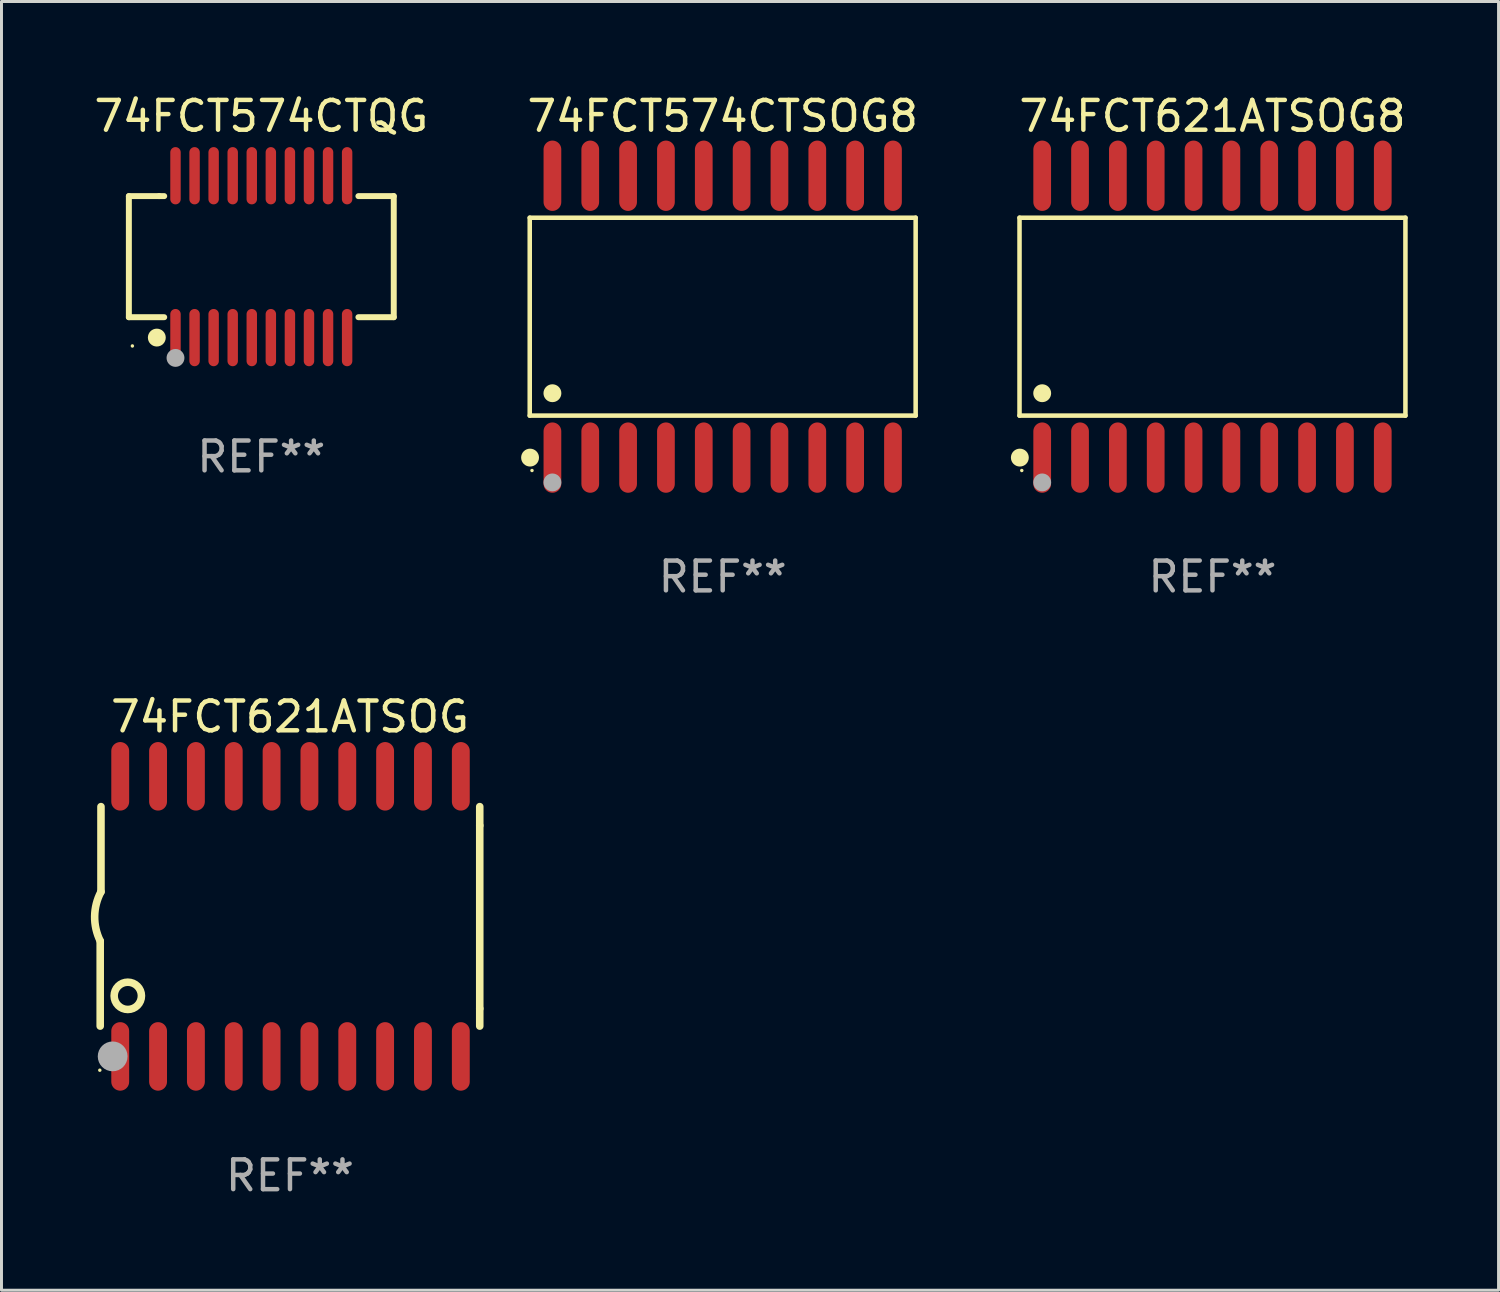
<source format=kicad_pcb>
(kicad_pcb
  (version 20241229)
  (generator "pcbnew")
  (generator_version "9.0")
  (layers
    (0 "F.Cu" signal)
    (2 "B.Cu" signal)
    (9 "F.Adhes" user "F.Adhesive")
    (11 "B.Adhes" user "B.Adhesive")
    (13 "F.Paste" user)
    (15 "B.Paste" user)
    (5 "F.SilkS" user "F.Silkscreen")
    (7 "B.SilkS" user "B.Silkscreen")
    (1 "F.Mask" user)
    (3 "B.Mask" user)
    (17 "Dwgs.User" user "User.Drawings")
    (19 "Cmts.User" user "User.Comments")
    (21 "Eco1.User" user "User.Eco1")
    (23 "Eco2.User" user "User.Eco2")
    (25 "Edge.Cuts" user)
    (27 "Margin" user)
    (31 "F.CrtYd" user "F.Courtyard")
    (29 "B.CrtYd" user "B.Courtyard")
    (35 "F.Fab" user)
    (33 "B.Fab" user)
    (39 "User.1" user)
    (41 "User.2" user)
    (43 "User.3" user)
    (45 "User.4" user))
  (footprint "74FCT621ATSOG8"
    (layer "F.Cu")
    (at 37.643 7.578)
    (property "Reference" "74FCT621ATSOG8" (at 0 -6.73 0) (layer "F.SilkS") (effects (font (size 1 1) (thickness 0.15))))
    (attr through_hole)
    (fp_line (start -6.476 -3.321) (end 6.476 -3.321) (stroke (width 0.152) (type solid)) (layer "F.SilkS"))
    (fp_line (start -6.476 3.321) (end -6.476 -3.321) (stroke (width 0.152) (type solid)) (layer "F.SilkS"))
    (fp_line (start 6.476 -3.321) (end 6.476 3.321) (stroke (width 0.152) (type solid)) (layer "F.SilkS"))
    (fp_line (start 6.476 3.321) (end -6.476 3.321) (stroke (width 0.152) (type solid)) (layer "F.SilkS"))
    (fp_circle (center -6.465 4.73) (end -6.315 4.73) (stroke (width 0.3) (type solid)) (fill no) (layer "F.SilkS"))
    (fp_circle (center -6.4 5.163) (end -6.37 5.163) (stroke (width 0.06) (type solid)) (fill no) (layer "F.SilkS"))
    (fp_circle (center -5.715 2.569) (end -5.565 2.569) (stroke (width 0.3) (type solid)) (fill no) (layer "F.SilkS"))
    (fp_circle (center -5.715 5.563) (end -5.565 5.563) (stroke (width 0.3) (type solid)) (fill no) (layer "F.Fab"))
    (fp_text user "REF**" (at 0 8.73 0) (layer "F.Fab") (effects (font (size 1 1) (thickness 0.15))))
    (pad "1" smd oval (at -5.715 4.73) (size 0.595 2.36) (layers "F.Cu" "F.Mask" "F.Paste"))
    (pad "2" smd oval (at -4.445 4.73) (size 0.595 2.36) (layers "F.Cu" "F.Mask" "F.Paste"))
    (pad "3" smd oval (at -3.175 4.73) (size 0.595 2.36) (layers "F.Cu" "F.Mask" "F.Paste"))
    (pad "4" smd oval (at -1.905 4.73) (size 0.595 2.36) (layers "F.Cu" "F.Mask" "F.Paste"))
    (pad "5" smd oval (at -0.635 4.73) (size 0.595 2.36) (layers "F.Cu" "F.Mask" "F.Paste"))
    (pad "6" smd oval (at 0.635 4.73) (size 0.595 2.36) (layers "F.Cu" "F.Mask" "F.Paste"))
    (pad "7" smd oval (at 1.905 4.73) (size 0.595 2.36) (layers "F.Cu" "F.Mask" "F.Paste"))
    (pad "8" smd oval (at 3.175 4.73) (size 0.595 2.36) (layers "F.Cu" "F.Mask" "F.Paste"))
    (pad "9" smd oval (at 4.445 4.73) (size 0.595 2.36) (layers "F.Cu" "F.Mask" "F.Paste"))
    (pad "10" smd oval (at 5.715 4.73) (size 0.595 2.36) (layers "F.Cu" "F.Mask" "F.Paste"))
    (pad "11" smd oval (at 5.715 -4.73) (size 0.595 2.36) (layers "F.Cu" "F.Mask" "F.Paste"))
    (pad "12" smd oval (at 4.445 -4.73) (size 0.595 2.36) (layers "F.Cu" "F.Mask" "F.Paste"))
    (pad "13" smd oval (at 3.175 -4.73) (size 0.595 2.36) (layers "F.Cu" "F.Mask" "F.Paste"))
    (pad "14" smd oval (at 1.905 -4.73) (size 0.595 2.36) (layers "F.Cu" "F.Mask" "F.Paste"))
    (pad "15" smd oval (at 0.635 -4.73) (size 0.595 2.36) (layers "F.Cu" "F.Mask" "F.Paste"))
    (pad "16" smd oval (at -0.635 -4.73) (size 0.595 2.36) (layers "F.Cu" "F.Mask" "F.Paste"))
    (pad "17" smd oval (at -1.905 -4.73) (size 0.595 2.36) (layers "F.Cu" "F.Mask" "F.Paste"))
    (pad "18" smd oval (at -3.175 -4.73) (size 0.595 2.36) (layers "F.Cu" "F.Mask" "F.Paste"))
    (pad "19" smd oval (at -4.445 -4.73) (size 0.595 2.36) (layers "F.Cu" "F.Mask" "F.Paste"))
    (pad "20" smd oval (at -5.715 -4.73) (size 0.595 2.36) (layers "F.Cu" "F.Mask" "F.Paste")))
  (footprint "74FCT574CTQG"
    (layer "F.Cu")
    (at 5.72 5.564)
    (property "Reference" "74FCT574CTQG" (at 0 -4.716 0) (layer "F.SilkS") (effects (font (size 1 1) (thickness 0.15))))
    (attr through_hole)
    (fp_line (start -4.445 -2.032) (end -4.445 2.032) (stroke (width 0.2) (type solid)) (layer "F.SilkS"))
    (fp_line (start -4.445 2.032) (end -3.259 2.032) (stroke (width 0.2) (type solid)) (layer "F.SilkS"))
    (fp_line (start -3.429 -2.032) (end -4.445 -2.032) (stroke (width 0.2) (type solid)) (layer "F.SilkS"))
    (fp_line (start -3.259 -2.032) (end -3.429 -2.032) (stroke (width 0.2) (type solid)) (layer "F.SilkS"))
    (fp_line (start 3.259 2.032) (end 4.445 2.032) (stroke (width 0.2) (type solid)) (layer "F.SilkS"))
    (fp_line (start 4.445 -2.032) (end 3.259 -2.032) (stroke (width 0.2) (type solid)) (layer "F.SilkS"))
    (fp_line (start 4.445 2.032) (end 4.445 -2.032) (stroke (width 0.2) (type solid)) (layer "F.SilkS"))
    (fp_circle (center -4.327 2.997) (end -4.297 2.997) (stroke (width 0.06) (type solid)) (fill no) (layer "F.SilkS"))
    (fp_circle (center -3.507 2.716) (end -3.357 2.716) (stroke (width 0.3) (type solid)) (fill no) (layer "F.SilkS"))
    (fp_circle (center -2.88 3.398) (end -2.73 3.398) (stroke (width 0.3) (type solid)) (fill no) (layer "F.Fab"))
    (fp_text user "REF**" (at 0 6.716 0) (layer "F.Fab") (effects (font (size 1 1) (thickness 0.15))))
    (pad "1" smd oval (at -2.88 2.716) (size 0.35 1.922) (layers "F.Cu" "F.Mask" "F.Paste"))
    (pad "2" smd oval (at -2.24 2.716) (size 0.35 1.922) (layers "F.Cu" "F.Mask" "F.Paste"))
    (pad "3" smd oval (at -1.6 2.716) (size 0.35 1.922) (layers "F.Cu" "F.Mask" "F.Paste"))
    (pad "4" smd oval (at -0.96 2.716) (size 0.35 1.922) (layers "F.Cu" "F.Mask" "F.Paste"))
    (pad "5" smd oval (at -0.32 2.716) (size 0.35 1.922) (layers "F.Cu" "F.Mask" "F.Paste"))
    (pad "6" smd oval (at 0.32 2.716) (size 0.35 1.922) (layers "F.Cu" "F.Mask" "F.Paste"))
    (pad "7" smd oval (at 0.96 2.716) (size 0.35 1.922) (layers "F.Cu" "F.Mask" "F.Paste"))
    (pad "8" smd oval (at 1.6 2.716) (size 0.35 1.922) (layers "F.Cu" "F.Mask" "F.Paste"))
    (pad "9" smd oval (at 2.24 2.716) (size 0.35 1.922) (layers "F.Cu" "F.Mask" "F.Paste"))
    (pad "10" smd oval (at 2.88 2.716) (size 0.35 1.922) (layers "F.Cu" "F.Mask" "F.Paste"))
    (pad "11" smd oval (at 2.88 -2.716) (size 0.35 1.922) (layers "F.Cu" "F.Mask" "F.Paste"))
    (pad "12" smd oval (at 2.24 -2.716) (size 0.35 1.922) (layers "F.Cu" "F.Mask" "F.Paste"))
    (pad "13" smd oval (at 1.6 -2.716) (size 0.35 1.922) (layers "F.Cu" "F.Mask" "F.Paste"))
    (pad "14" smd oval (at 0.96 -2.716) (size 0.35 1.922) (layers "F.Cu" "F.Mask" "F.Paste"))
    (pad "15" smd oval (at 0.32 -2.716) (size 0.35 1.922) (layers "F.Cu" "F.Mask" "F.Paste"))
    (pad "16" smd oval (at -0.32 -2.716) (size 0.35 1.922) (layers "F.Cu" "F.Mask" "F.Paste"))
    (pad "17" smd oval (at -0.96 -2.716) (size 0.35 1.922) (layers "F.Cu" "F.Mask" "F.Paste"))
    (pad "18" smd oval (at -1.6 -2.716) (size 0.35 1.922) (layers "F.Cu" "F.Mask" "F.Paste"))
    (pad "19" smd oval (at -2.24 -2.716) (size 0.35 1.922) (layers "F.Cu" "F.Mask" "F.Paste"))
    (pad "20" smd oval (at -2.88 -2.716) (size 0.35 1.922) (layers "F.Cu" "F.Mask" "F.Paste")))
  (footprint "74FCT621ATSOG"
    (layer "F.Cu")
    (at 6.682 27.705)
    (property "Reference" "74FCT621ATSOG" (at 0 -6.7 0) (layer "F.SilkS") (effects (font (size 1 1) (thickness 0.15))))
    (attr through_hole)
    (fp_line (start -6.369 0.826) (end -6.369 3.683) (stroke (width 0.254) (type solid)) (layer "F.SilkS"))
    (fp_line (start -6.343 -0.825) (end -6.343 -3.683) (stroke (width 0.254) (type solid)) (layer "F.SilkS"))
    (fp_line (start 6.369 -3.048) (end 6.369 -3.683) (stroke (width 0.254) (type solid)) (layer "F.SilkS"))
    (fp_line (start 6.369 -3.048) (end 6.369 3.096) (stroke (width 0.254) (type solid)) (layer "F.SilkS"))
    (fp_line (start 6.369 3.096) (end 6.369 3.683) (stroke (width 0.254) (type solid)) (layer "F.SilkS"))
    (fp_arc (start -6.36853 0.825552) (mid -6.554743 -0.00301) (end -6.343129 -0.825451) (stroke (width 0.254001) (type solid)) (layer "F.SilkS"))
    (fp_circle (center -6.382 5.163) (end -6.352 5.163) (stroke (width 0.06) (type solid)) (fill no) (layer "F.SilkS"))
    (fp_circle (center -5.443 2.667) (end -4.985 2.667) (stroke (width 0.254) (type solid)) (fill no) (layer "F.SilkS"))
    (fp_circle (center -5.951 4.699) (end -5.701 4.699) (stroke (width 0.5) (type solid)) (fill no) (layer "F.Fab"))
    (fp_text user "REF**" (at 0 8.7 0) (layer "F.Fab") (effects (font (size 1 1) (thickness 0.15))))
    (pad "1" smd oval (at -5.697 4.7 180) (size 0.6 2.3) (layers "F.Cu" "F.Mask" "F.Paste"))
    (pad "2" smd oval (at -4.427 4.7 180) (size 0.6 2.3) (layers "F.Cu" "F.Mask" "F.Paste"))
    (pad "3" smd oval (at -3.157 4.7 180) (size 0.6 2.3) (layers "F.Cu" "F.Mask" "F.Paste"))
    (pad "4" smd oval (at -1.887 4.7 180) (size 0.6 2.3) (layers "F.Cu" "F.Mask" "F.Paste"))
    (pad "5" smd oval (at -0.617 4.7 180) (size 0.6 2.3) (layers "F.Cu" "F.Mask" "F.Paste"))
    (pad "6" smd oval (at 0.653 4.7 180) (size 0.6 2.3) (layers "F.Cu" "F.Mask" "F.Paste"))
    (pad "7" smd oval (at 1.923 4.7 180) (size 0.6 2.3) (layers "F.Cu" "F.Mask" "F.Paste"))
    (pad "8" smd oval (at 3.193 4.7 180) (size 0.6 2.3) (layers "F.Cu" "F.Mask" "F.Paste"))
    (pad "9" smd oval (at 4.463 4.7 180) (size 0.6 2.3) (layers "F.Cu" "F.Mask" "F.Paste"))
    (pad "10" smd oval (at 5.734 4.7 180) (size 0.6 2.3) (layers "F.Cu" "F.Mask" "F.Paste"))
    (pad "11" smd oval (at 5.734 -4.7 180) (size 0.6 2.3) (layers "F.Cu" "F.Mask" "F.Paste"))
    (pad "12" smd oval (at 4.463 -4.7 180) (size 0.6 2.3) (layers "F.Cu" "F.Mask" "F.Paste"))
    (pad "13" smd oval (at 3.193 -4.7 180) (size 0.6 2.3) (layers "F.Cu" "F.Mask" "F.Paste"))
    (pad "14" smd oval (at 1.923 -4.7 180) (size 0.6 2.3) (layers "F.Cu" "F.Mask" "F.Paste"))
    (pad "15" smd oval (at 0.653 -4.7 180) (size 0.6 2.3) (layers "F.Cu" "F.Mask" "F.Paste"))
    (pad "16" smd oval (at -0.617 -4.7 180) (size 0.6 2.3) (layers "F.Cu" "F.Mask" "F.Paste"))
    (pad "17" smd oval (at -1.887 -4.7 180) (size 0.6 2.3) (layers "F.Cu" "F.Mask" "F.Paste"))
    (pad "18" smd oval (at -3.157 -4.7 180) (size 0.6 2.3) (layers "F.Cu" "F.Mask" "F.Paste"))
    (pad "19" smd oval (at -4.427 -4.7 180) (size 0.6 2.3) (layers "F.Cu" "F.Mask" "F.Paste"))
    (pad "20" smd oval (at -5.697 -4.7 180) (size 0.6 2.3) (layers "F.Cu" "F.Mask" "F.Paste")))
  (footprint "74FCT574CTSOG8"
    (layer "F.Cu")
    (at 21.205 7.578)
    (property "Reference" "74FCT574CTSOG8" (at 0 -6.73 0) (layer "F.SilkS") (effects (font (size 1 1) (thickness 0.15))))
    (attr through_hole)
    (fp_line (start -6.476 -3.321) (end 6.476 -3.321) (stroke (width 0.152) (type solid)) (layer "F.SilkS"))
    (fp_line (start -6.476 3.321) (end -6.476 -3.321) (stroke (width 0.152) (type solid)) (layer "F.SilkS"))
    (fp_line (start 6.476 -3.321) (end 6.476 3.321) (stroke (width 0.152) (type solid)) (layer "F.SilkS"))
    (fp_line (start 6.476 3.321) (end -6.476 3.321) (stroke (width 0.152) (type solid)) (layer "F.SilkS"))
    (fp_circle (center -6.465 4.73) (end -6.315 4.73) (stroke (width 0.3) (type solid)) (fill no) (layer "F.SilkS"))
    (fp_circle (center -6.4 5.163) (end -6.37 5.163) (stroke (width 0.06) (type solid)) (fill no) (layer "F.SilkS"))
    (fp_circle (center -5.715 2.569) (end -5.565 2.569) (stroke (width 0.3) (type solid)) (fill no) (layer "F.SilkS"))
    (fp_circle (center -5.715 5.563) (end -5.565 5.563) (stroke (width 0.3) (type solid)) (fill no) (layer "F.Fab"))
    (fp_text user "REF**" (at 0 8.73 0) (layer "F.Fab") (effects (font (size 1 1) (thickness 0.15))))
    (pad "1" smd oval (at -5.715 4.73) (size 0.595 2.36) (layers "F.Cu" "F.Mask" "F.Paste"))
    (pad "2" smd oval (at -4.445 4.73) (size 0.595 2.36) (layers "F.Cu" "F.Mask" "F.Paste"))
    (pad "3" smd oval (at -3.175 4.73) (size 0.595 2.36) (layers "F.Cu" "F.Mask" "F.Paste"))
    (pad "4" smd oval (at -1.905 4.73) (size 0.595 2.36) (layers "F.Cu" "F.Mask" "F.Paste"))
    (pad "5" smd oval (at -0.635 4.73) (size 0.595 2.36) (layers "F.Cu" "F.Mask" "F.Paste"))
    (pad "6" smd oval (at 0.635 4.73) (size 0.595 2.36) (layers "F.Cu" "F.Mask" "F.Paste"))
    (pad "7" smd oval (at 1.905 4.73) (size 0.595 2.36) (layers "F.Cu" "F.Mask" "F.Paste"))
    (pad "8" smd oval (at 3.175 4.73) (size 0.595 2.36) (layers "F.Cu" "F.Mask" "F.Paste"))
    (pad "9" smd oval (at 4.445 4.73) (size 0.595 2.36) (layers "F.Cu" "F.Mask" "F.Paste"))
    (pad "10" smd oval (at 5.715 4.73) (size 0.595 2.36) (layers "F.Cu" "F.Mask" "F.Paste"))
    (pad "11" smd oval (at 5.715 -4.73) (size 0.595 2.36) (layers "F.Cu" "F.Mask" "F.Paste"))
    (pad "12" smd oval (at 4.445 -4.73) (size 0.595 2.36) (layers "F.Cu" "F.Mask" "F.Paste"))
    (pad "13" smd oval (at 3.175 -4.73) (size 0.595 2.36) (layers "F.Cu" "F.Mask" "F.Paste"))
    (pad "14" smd oval (at 1.905 -4.73) (size 0.595 2.36) (layers "F.Cu" "F.Mask" "F.Paste"))
    (pad "15" smd oval (at 0.635 -4.73) (size 0.595 2.36) (layers "F.Cu" "F.Mask" "F.Paste"))
    (pad "16" smd oval (at -0.635 -4.73) (size 0.595 2.36) (layers "F.Cu" "F.Mask" "F.Paste"))
    (pad "17" smd oval (at -1.905 -4.73) (size 0.595 2.36) (layers "F.Cu" "F.Mask" "F.Paste"))
    (pad "18" smd oval (at -3.175 -4.73) (size 0.595 2.36) (layers "F.Cu" "F.Mask" "F.Paste"))
    (pad "19" smd oval (at -4.445 -4.73) (size 0.595 2.36) (layers "F.Cu" "F.Mask" "F.Paste"))
    (pad "20" smd oval (at -5.715 -4.73) (size 0.595 2.36) (layers "F.Cu" "F.Mask" "F.Paste")))
  (gr_rect
    (start -3 -3)
    (end 47.244 40.253)
    (stroke (width 0.1) (type default))
    (fill no)
    (layer "Edge.Cuts")))
</source>
